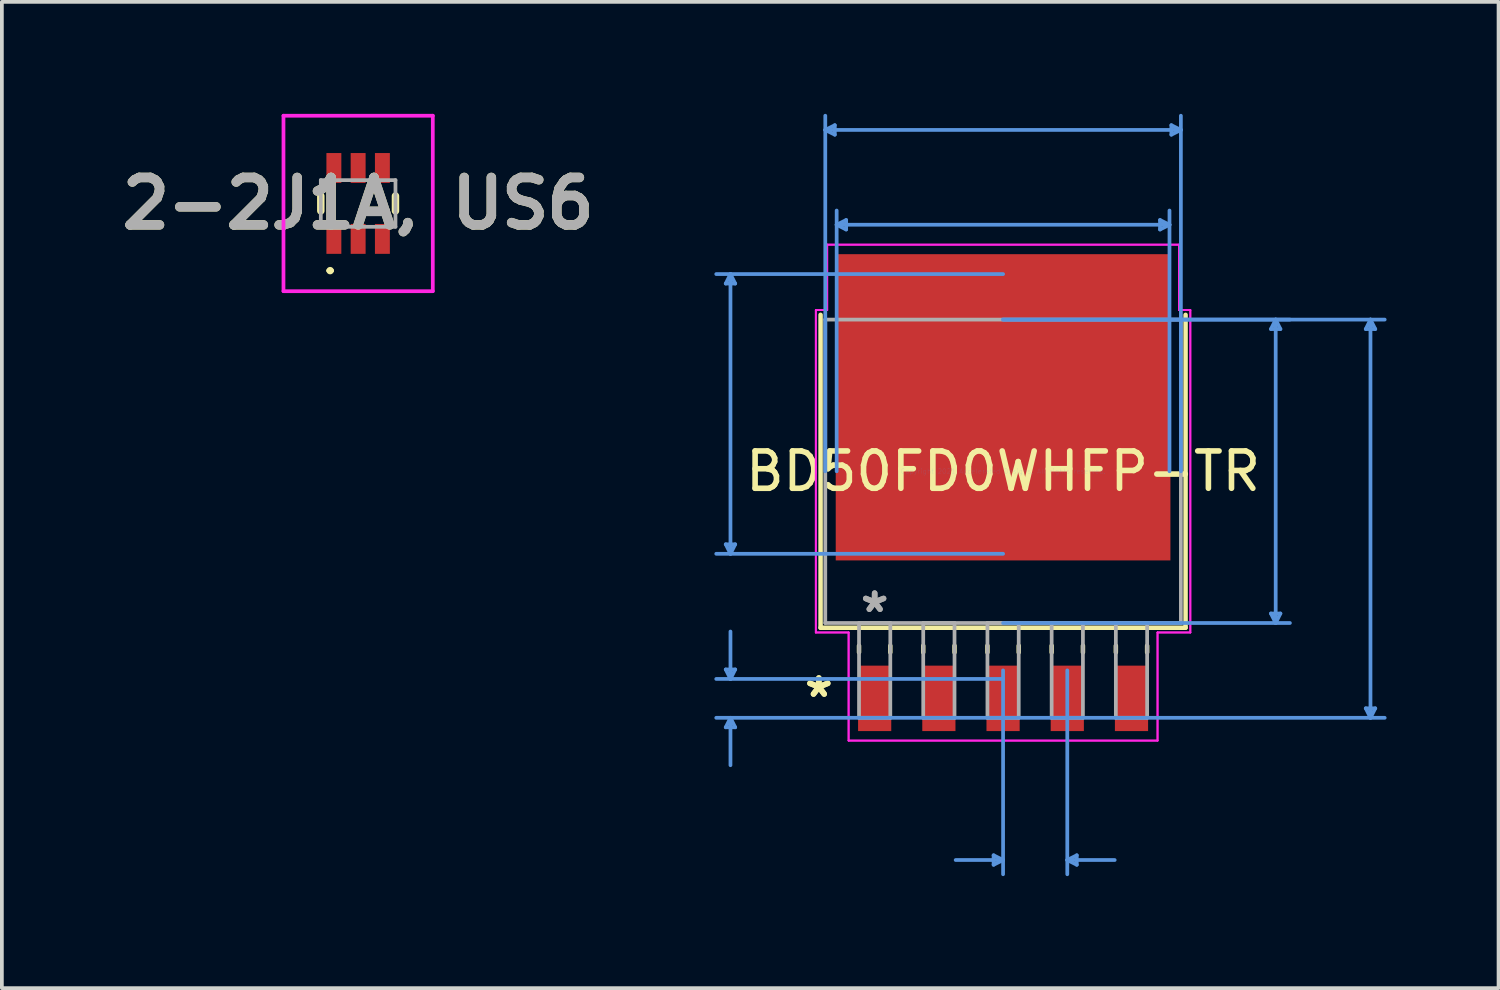
<source format=kicad_pcb>
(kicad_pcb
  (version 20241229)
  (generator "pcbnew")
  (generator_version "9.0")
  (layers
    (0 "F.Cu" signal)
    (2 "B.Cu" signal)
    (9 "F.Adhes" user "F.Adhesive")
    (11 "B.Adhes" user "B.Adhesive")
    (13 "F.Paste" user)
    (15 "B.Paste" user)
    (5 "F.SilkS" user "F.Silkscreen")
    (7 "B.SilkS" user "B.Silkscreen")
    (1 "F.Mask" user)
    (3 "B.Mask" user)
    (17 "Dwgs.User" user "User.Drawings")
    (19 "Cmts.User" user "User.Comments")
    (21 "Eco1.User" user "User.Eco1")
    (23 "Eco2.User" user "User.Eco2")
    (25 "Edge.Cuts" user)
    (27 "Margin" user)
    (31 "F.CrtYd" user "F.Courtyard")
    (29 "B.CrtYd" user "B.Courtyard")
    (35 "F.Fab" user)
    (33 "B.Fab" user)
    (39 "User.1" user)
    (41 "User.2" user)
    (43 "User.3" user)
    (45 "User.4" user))
  (footprint "2-2J1A, US6"
    (layer "F.Cu")
    (at 6.544 2.4)
    (property "Reference" "2-2J1A, US6" (at 0 0 0) (layer "F.SilkS") (effects (font (size 1.27 1.27) (thickness 0.254))))
    (attr smd)
    (fp_line (start -1 -0.2) (end -1 0.2) (stroke (width 0.2) (type solid)) (layer "F.SilkS"))
    (fp_line (start -0.8 1.8) (end -0.8 1.8) (stroke (width 0.1) (type solid)) (layer "F.SilkS"))
    (fp_line (start -0.7 1.8) (end -0.7 1.8) (stroke (width 0.1) (type solid)) (layer "F.SilkS"))
    (fp_line (start 1 -0.2) (end 1 0.2) (stroke (width 0.2) (type solid)) (layer "F.SilkS"))
    (fp_arc (start -0.8 1.8) (mid -0.75 1.75) (end -0.7 1.8) (stroke (width 0.1) (type solid)) (layer "F.SilkS"))
    (fp_arc (start -0.7 1.8) (mid -0.75 1.85) (end -0.8 1.8) (stroke (width 0.1) (type solid)) (layer "F.SilkS"))
    (fp_line (start -2 -2.35) (end 2 -2.35) (stroke (width 0.1) (type solid)) (layer "F.CrtYd"))
    (fp_line (start -2 2.35) (end -2 -2.35) (stroke (width 0.1) (type solid)) (layer "F.CrtYd"))
    (fp_line (start 2 -2.35) (end 2 2.35) (stroke (width 0.1) (type solid)) (layer "F.CrtYd"))
    (fp_line (start 2 2.35) (end -2 2.35) (stroke (width 0.1) (type solid)) (layer "F.CrtYd"))
    (fp_line (start -1 -0.625) (end 1 -0.625) (stroke (width 0.1) (type solid)) (layer "F.Fab"))
    (fp_line (start -1 0.625) (end -1 -0.625) (stroke (width 0.1) (type solid)) (layer "F.Fab"))
    (fp_line (start 1 -0.625) (end 1 0.625) (stroke (width 0.1) (type solid)) (layer "F.Fab"))
    (fp_line (start 1 0.625) (end -1 0.625) (stroke (width 0.1) (type solid)) (layer "F.Fab"))
    (fp_text user "${REFERENCE}" (at 0 0 0) (layer "F.Fab") (effects (font (size 1.27 1.27) (thickness 0.254))))
    (pad "1" smd rect (at -0.65 0.95) (size 0.4 0.8) (layers "F.Cu" "F.Mask" "F.Paste"))
    (pad "2" smd rect (at 0 0.95) (size 0.4 0.8) (layers "F.Cu" "F.Mask" "F.Paste"))
    (pad "3" smd rect (at 0.65 0.95) (size 0.4 0.8) (layers "F.Cu" "F.Mask" "F.Paste"))
    (pad "4" smd rect (at 0.65 -0.95) (size 0.4 0.8) (layers "F.Cu" "F.Mask" "F.Paste"))
    (pad "5" smd rect (at 0 -0.95) (size 0.4 0.8) (layers "F.Cu" "F.Mask" "F.Paste"))
    (pad "6" smd rect (at -0.65 -0.95) (size 0.4 0.8) (layers "F.Cu" "F.Mask" "F.Paste")))
  (footprint "BD50FD0WHFP-TR"
    (layer "F.Cu")
    (at 23.821 9.575)
    (property "Reference" "BD50FD0WHFP-TR" (at 0 0 0) (layer "F.SilkS") (effects (font (size 1 1) (thickness 0.15))))
    (attr through_hole)
    (fp_line (start -4.889 -4.191) (end -4.889 4.191) (stroke (width 0.12) (type solid)) (layer "F.SilkS"))
    (fp_line (start -4.889 4.191) (end 4.889 4.191) (stroke (width 0.12) (type solid)) (layer "F.SilkS"))
    (fp_line (start -3.859 4.674) (end -3.859 4.851) (stroke (width 0.12) (type solid)) (layer "F.SilkS"))
    (fp_line (start -3.021 4.674) (end -3.021 4.851) (stroke (width 0.12) (type solid)) (layer "F.SilkS"))
    (fp_line (start -2.139 4.674) (end -2.139 4.851) (stroke (width 0.12) (type solid)) (layer "F.SilkS"))
    (fp_line (start -1.301 4.674) (end -1.301 4.851) (stroke (width 0.12) (type solid)) (layer "F.SilkS"))
    (fp_line (start -0.419 4.674) (end -0.419 4.851) (stroke (width 0.12) (type solid)) (layer "F.SilkS"))
    (fp_line (start 0.419 4.674) (end 0.419 4.851) (stroke (width 0.12) (type solid)) (layer "F.SilkS"))
    (fp_line (start 1.301 4.674) (end 1.301 4.851) (stroke (width 0.12) (type solid)) (layer "F.SilkS"))
    (fp_line (start 2.139 4.674) (end 2.139 4.851) (stroke (width 0.12) (type solid)) (layer "F.SilkS"))
    (fp_line (start 3.021 4.674) (end 3.021 4.851) (stroke (width 0.12) (type solid)) (layer "F.SilkS"))
    (fp_line (start 3.859 4.674) (end 3.859 4.851) (stroke (width 0.12) (type solid)) (layer "F.SilkS"))
    (fp_line (start 4.889 4.191) (end 4.889 -4.191) (stroke (width 0.12) (type solid)) (layer "F.SilkS"))
    (fp_line (start -7.429 -5.029) (end -7.176 -5.029) (stroke (width 0.1) (type solid)) (layer "Cmts.User"))
    (fp_line (start -7.429 1.956) (end -7.176 1.956) (stroke (width 0.1) (type solid)) (layer "Cmts.User"))
    (fp_line (start -7.429 5.309) (end -7.176 5.309) (stroke (width 0.1) (type solid)) (layer "Cmts.User"))
    (fp_line (start -7.429 6.858) (end -7.176 6.858) (stroke (width 0.1) (type solid)) (layer "Cmts.User"))
    (fp_line (start -7.303 -5.283) (end -7.429 -5.029) (stroke (width 0.1) (type solid)) (layer "Cmts.User"))
    (fp_line (start -7.303 -5.283) (end -7.303 2.21) (stroke (width 0.1) (type solid)) (layer "Cmts.User"))
    (fp_line (start -7.303 -5.283) (end -7.176 -5.029) (stroke (width 0.1) (type solid)) (layer "Cmts.User"))
    (fp_line (start -7.303 2.21) (end -7.429 1.956) (stroke (width 0.1) (type solid)) (layer "Cmts.User"))
    (fp_line (start -7.303 2.21) (end -7.176 1.956) (stroke (width 0.1) (type solid)) (layer "Cmts.User"))
    (fp_line (start -7.303 5.563) (end -7.429 5.309) (stroke (width 0.1) (type solid)) (layer "Cmts.User"))
    (fp_line (start -7.303 5.563) (end -7.303 4.293) (stroke (width 0.1) (type solid)) (layer "Cmts.User"))
    (fp_line (start -7.303 5.563) (end -7.176 5.309) (stroke (width 0.1) (type solid)) (layer "Cmts.User"))
    (fp_line (start -7.303 6.604) (end -7.429 6.858) (stroke (width 0.1) (type solid)) (layer "Cmts.User"))
    (fp_line (start -7.303 6.604) (end -7.303 7.874) (stroke (width 0.1) (type solid)) (layer "Cmts.User"))
    (fp_line (start -7.303 6.604) (end -7.176 6.858) (stroke (width 0.1) (type solid)) (layer "Cmts.User"))
    (fp_line (start -4.763 -9.144) (end -4.508 -9.271) (stroke (width 0.1) (type solid)) (layer "Cmts.User"))
    (fp_line (start -4.763 -9.144) (end -4.508 -9.017) (stroke (width 0.1) (type solid)) (layer "Cmts.User"))
    (fp_line (start -4.763 -9.144) (end 4.763 -9.144) (stroke (width 0.1) (type solid)) (layer "Cmts.User"))
    (fp_line (start -4.763 0) (end -4.763 -9.525) (stroke (width 0.1) (type solid)) (layer "Cmts.User"))
    (fp_line (start -4.508 -9.271) (end -4.508 -9.017) (stroke (width 0.1) (type solid)) (layer "Cmts.User"))
    (fp_line (start -4.458 -6.604) (end -4.204 -6.731) (stroke (width 0.1) (type solid)) (layer "Cmts.User"))
    (fp_line (start -4.458 -6.604) (end -4.204 -6.477) (stroke (width 0.1) (type solid)) (layer "Cmts.User"))
    (fp_line (start -4.458 -6.604) (end 4.458 -6.604) (stroke (width 0.1) (type solid)) (layer "Cmts.User"))
    (fp_line (start -4.458 0) (end -4.458 -6.985) (stroke (width 0.1) (type solid)) (layer "Cmts.User"))
    (fp_line (start -4.204 -6.731) (end -4.204 -6.477) (stroke (width 0.1) (type solid)) (layer "Cmts.User"))
    (fp_line (start -0.254 10.287) (end -0.254 10.541) (stroke (width 0.1) (type solid)) (layer "Cmts.User"))
    (fp_line (start 0 -5.283) (end -7.684 -5.283) (stroke (width 0.1) (type solid)) (layer "Cmts.User"))
    (fp_line (start 0 -4.064) (end 7.684 -4.064) (stroke (width 0.1) (type solid)) (layer "Cmts.User"))
    (fp_line (start 0 -4.064) (end 10.223 -4.064) (stroke (width 0.1) (type solid)) (layer "Cmts.User"))
    (fp_line (start 0 2.21) (end -7.684 2.21) (stroke (width 0.1) (type solid)) (layer "Cmts.User"))
    (fp_line (start 0 4.064) (end 7.684 4.064) (stroke (width 0.1) (type solid)) (layer "Cmts.User"))
    (fp_line (start 0 5.334) (end 0 10.795) (stroke (width 0.1) (type solid)) (layer "Cmts.User"))
    (fp_line (start 0 5.563) (end -7.684 5.563) (stroke (width 0.1) (type solid)) (layer "Cmts.User"))
    (fp_line (start 0 6.604) (end -7.684 6.604) (stroke (width 0.1) (type solid)) (layer "Cmts.User"))
    (fp_line (start 0 6.604) (end 10.223 6.604) (stroke (width 0.1) (type solid)) (layer "Cmts.User"))
    (fp_line (start 0 10.414) (end -1.27 10.414) (stroke (width 0.1) (type solid)) (layer "Cmts.User"))
    (fp_line (start 0 10.414) (end -0.254 10.287) (stroke (width 0.1) (type solid)) (layer "Cmts.User"))
    (fp_line (start 0 10.414) (end -0.254 10.541) (stroke (width 0.1) (type solid)) (layer "Cmts.User"))
    (fp_line (start 1.72 5.334) (end 1.72 10.795) (stroke (width 0.1) (type solid)) (layer "Cmts.User"))
    (fp_line (start 1.72 10.414) (end 1.974 10.287) (stroke (width 0.1) (type solid)) (layer "Cmts.User"))
    (fp_line (start 1.72 10.414) (end 1.974 10.541) (stroke (width 0.1) (type solid)) (layer "Cmts.User"))
    (fp_line (start 1.72 10.414) (end 2.99 10.414) (stroke (width 0.1) (type solid)) (layer "Cmts.User"))
    (fp_line (start 1.974 10.287) (end 1.974 10.541) (stroke (width 0.1) (type solid)) (layer "Cmts.User"))
    (fp_line (start 4.204 -6.731) (end 4.204 -6.477) (stroke (width 0.1) (type solid)) (layer "Cmts.User"))
    (fp_line (start 4.458 -6.604) (end 4.204 -6.731) (stroke (width 0.1) (type solid)) (layer "Cmts.User"))
    (fp_line (start 4.458 -6.604) (end 4.204 -6.477) (stroke (width 0.1) (type solid)) (layer "Cmts.User"))
    (fp_line (start 4.458 0) (end 4.458 -6.985) (stroke (width 0.1) (type solid)) (layer "Cmts.User"))
    (fp_line (start 4.508 -9.271) (end 4.508 -9.017) (stroke (width 0.1) (type solid)) (layer "Cmts.User"))
    (fp_line (start 4.763 -9.144) (end 4.508 -9.271) (stroke (width 0.1) (type solid)) (layer "Cmts.User"))
    (fp_line (start 4.763 -9.144) (end 4.508 -9.017) (stroke (width 0.1) (type solid)) (layer "Cmts.User"))
    (fp_line (start 4.763 0) (end 4.763 -9.525) (stroke (width 0.1) (type solid)) (layer "Cmts.User"))
    (fp_line (start 7.176 -3.81) (end 7.429 -3.81) (stroke (width 0.1) (type solid)) (layer "Cmts.User"))
    (fp_line (start 7.176 3.81) (end 7.429 3.81) (stroke (width 0.1) (type solid)) (layer "Cmts.User"))
    (fp_line (start 7.303 -4.064) (end 7.176 -3.81) (stroke (width 0.1) (type solid)) (layer "Cmts.User"))
    (fp_line (start 7.303 -4.064) (end 7.303 4.064) (stroke (width 0.1) (type solid)) (layer "Cmts.User"))
    (fp_line (start 7.303 -4.064) (end 7.429 -3.81) (stroke (width 0.1) (type solid)) (layer "Cmts.User"))
    (fp_line (start 7.303 4.064) (end 7.176 3.81) (stroke (width 0.1) (type solid)) (layer "Cmts.User"))
    (fp_line (start 7.303 4.064) (end 7.429 3.81) (stroke (width 0.1) (type solid)) (layer "Cmts.User"))
    (fp_line (start 9.716 -3.81) (end 9.97 -3.81) (stroke (width 0.1) (type solid)) (layer "Cmts.User"))
    (fp_line (start 9.716 6.35) (end 9.97 6.35) (stroke (width 0.1) (type solid)) (layer "Cmts.User"))
    (fp_line (start 9.842 -4.064) (end 9.716 -3.81) (stroke (width 0.1) (type solid)) (layer "Cmts.User"))
    (fp_line (start 9.842 -4.064) (end 9.842 6.604) (stroke (width 0.1) (type solid)) (layer "Cmts.User"))
    (fp_line (start 9.842 -4.064) (end 9.97 -3.81) (stroke (width 0.1) (type solid)) (layer "Cmts.User"))
    (fp_line (start 9.842 6.604) (end 9.716 6.35) (stroke (width 0.1) (type solid)) (layer "Cmts.User"))
    (fp_line (start 9.842 6.604) (end 9.97 6.35) (stroke (width 0.1) (type solid)) (layer "Cmts.User"))
    (fp_line (start -5.016 -4.318) (end -4.712 -4.318) (stroke (width 0.05) (type solid)) (layer "F.CrtYd"))
    (fp_line (start -5.016 -4.318) (end -4.712 -4.318) (stroke (width 0.05) (type solid)) (layer "F.CrtYd"))
    (fp_line (start -5.016 4.318) (end -5.016 -4.318) (stroke (width 0.05) (type solid)) (layer "F.CrtYd"))
    (fp_line (start -5.016 4.318) (end -5.016 -4.318) (stroke (width 0.05) (type solid)) (layer "F.CrtYd"))
    (fp_line (start -4.712 -6.071) (end 4.712 -6.071) (stroke (width 0.05) (type solid)) (layer "F.CrtYd"))
    (fp_line (start -4.712 -6.071) (end 4.712 -6.071) (stroke (width 0.05) (type solid)) (layer "F.CrtYd"))
    (fp_line (start -4.712 -4.318) (end -4.712 -6.071) (stroke (width 0.05) (type solid)) (layer "F.CrtYd"))
    (fp_line (start -4.712 -4.318) (end -4.712 -6.071) (stroke (width 0.05) (type solid)) (layer "F.CrtYd"))
    (fp_line (start -4.138 4.318) (end -5.016 4.318) (stroke (width 0.05) (type solid)) (layer "F.CrtYd"))
    (fp_line (start -4.138 4.318) (end -5.016 4.318) (stroke (width 0.05) (type solid)) (layer "F.CrtYd"))
    (fp_line (start -4.138 7.214) (end -4.138 4.318) (stroke (width 0.05) (type solid)) (layer "F.CrtYd"))
    (fp_line (start -4.138 7.214) (end -4.138 4.318) (stroke (width 0.05) (type solid)) (layer "F.CrtYd"))
    (fp_line (start 4.138 4.318) (end 4.138 7.214) (stroke (width 0.05) (type solid)) (layer "F.CrtYd"))
    (fp_line (start 4.138 4.318) (end 4.138 7.214) (stroke (width 0.05) (type solid)) (layer "F.CrtYd"))
    (fp_line (start 4.138 7.214) (end -4.138 7.214) (stroke (width 0.05) (type solid)) (layer "F.CrtYd"))
    (fp_line (start 4.138 7.214) (end -4.138 7.214) (stroke (width 0.05) (type solid)) (layer "F.CrtYd"))
    (fp_line (start 4.712 -6.071) (end 4.712 -4.318) (stroke (width 0.05) (type solid)) (layer "F.CrtYd"))
    (fp_line (start 4.712 -6.071) (end 4.712 -4.318) (stroke (width 0.05) (type solid)) (layer "F.CrtYd"))
    (fp_line (start 4.712 -4.318) (end 5.016 -4.318) (stroke (width 0.05) (type solid)) (layer "F.CrtYd"))
    (fp_line (start 4.712 -4.318) (end 5.016 -4.318) (stroke (width 0.05) (type solid)) (layer "F.CrtYd"))
    (fp_line (start 5.016 -4.318) (end 5.016 4.318) (stroke (width 0.05) (type solid)) (layer "F.CrtYd"))
    (fp_line (start 5.016 -4.318) (end 5.016 4.318) (stroke (width 0.05) (type solid)) (layer "F.CrtYd"))
    (fp_line (start 5.016 4.318) (end 4.138 4.318) (stroke (width 0.05) (type solid)) (layer "F.CrtYd"))
    (fp_line (start 5.016 4.318) (end 4.138 4.318) (stroke (width 0.05) (type solid)) (layer "F.CrtYd"))
    (fp_line (start -4.763 -4.064) (end -4.763 4.064) (stroke (width 0.1) (type solid)) (layer "F.Fab"))
    (fp_line (start -4.763 4.064) (end 4.763 4.064) (stroke (width 0.1) (type solid)) (layer "F.Fab"))
    (fp_line (start -3.859 4.064) (end -3.859 6.604) (stroke (width 0.1) (type solid)) (layer "F.Fab"))
    (fp_line (start -3.859 6.604) (end -3.021 6.604) (stroke (width 0.1) (type solid)) (layer "F.Fab"))
    (fp_line (start -3.021 4.064) (end -3.859 4.064) (stroke (width 0.1) (type solid)) (layer "F.Fab"))
    (fp_line (start -3.021 6.604) (end -3.021 4.064) (stroke (width 0.1) (type solid)) (layer "F.Fab"))
    (fp_line (start -2.139 4.064) (end -2.139 6.604) (stroke (width 0.1) (type solid)) (layer "F.Fab"))
    (fp_line (start -2.139 6.604) (end -1.301 6.604) (stroke (width 0.1) (type solid)) (layer "F.Fab"))
    (fp_line (start -1.301 4.064) (end -2.139 4.064) (stroke (width 0.1) (type solid)) (layer "F.Fab"))
    (fp_line (start -1.301 6.604) (end -1.301 4.064) (stroke (width 0.1) (type solid)) (layer "F.Fab"))
    (fp_line (start -0.419 4.064) (end -0.419 6.604) (stroke (width 0.1) (type solid)) (layer "F.Fab"))
    (fp_line (start -0.419 6.604) (end 0.419 6.604) (stroke (width 0.1) (type solid)) (layer "F.Fab"))
    (fp_line (start 0.419 4.064) (end -0.419 4.064) (stroke (width 0.1) (type solid)) (layer "F.Fab"))
    (fp_line (start 0.419 6.604) (end 0.419 4.064) (stroke (width 0.1) (type solid)) (layer "F.Fab"))
    (fp_line (start 1.301 4.064) (end 1.301 6.604) (stroke (width 0.1) (type solid)) (layer "F.Fab"))
    (fp_line (start 1.301 6.604) (end 2.139 6.604) (stroke (width 0.1) (type solid)) (layer "F.Fab"))
    (fp_line (start 2.139 4.064) (end 1.301 4.064) (stroke (width 0.1) (type solid)) (layer "F.Fab"))
    (fp_line (start 2.139 6.604) (end 2.139 4.064) (stroke (width 0.1) (type solid)) (layer "F.Fab"))
    (fp_line (start 3.021 4.064) (end 3.021 6.604) (stroke (width 0.1) (type solid)) (layer "F.Fab"))
    (fp_line (start 3.021 6.604) (end 3.859 6.604) (stroke (width 0.1) (type solid)) (layer "F.Fab"))
    (fp_line (start 3.859 4.064) (end 3.021 4.064) (stroke (width 0.1) (type solid)) (layer "F.Fab"))
    (fp_line (start 3.859 6.604) (end 3.859 4.064) (stroke (width 0.1) (type solid)) (layer "F.Fab"))
    (fp_line (start 4.763 -4.064) (end -4.763 -4.064) (stroke (width 0.1) (type solid)) (layer "F.Fab"))
    (fp_line (start 4.763 4.064) (end 4.763 -4.064) (stroke (width 0.1) (type solid)) (layer "F.Fab"))
    (fp_text user "*" (at -4.935 6.083 0) (layer "F.SilkS") (effects (font (size 1 1) (thickness 0.15))))
    (fp_text user "*" (at -4.935 6.083 0) (layer "F.SilkS") (effects (font (size 1 1) (thickness 0.15))))
    (fp_text user "Copyright 2021 Accelerated Designs. All rights reserved." (at 0 0 0) (layer "Cmts.User") (effects (font (size 0.127 0.127) (thickness 0.002))))
    (fp_text user "*" (at -3.44 3.81 0) (layer "F.Fab") (effects (font (size 1 1) (thickness 0.15))))
    (fp_text user "*" (at -3.44 3.81 0) (layer "F.Fab") (effects (font (size 1 1) (thickness 0.15))))
    (pad "1" smd rect (at -3.44 6.083) (size 0.889 1.753) (layers "F.Cu" "F.Mask" "F.Paste"))
    (pad "2" smd rect (at -1.72 6.083) (size 0.889 1.753) (layers "F.Cu" "F.Mask" "F.Paste"))
    (pad "3" smd rect (at 0 6.083) (size 0.889 1.753) (layers "F.Cu" "F.Mask" "F.Paste"))
    (pad "4" smd rect (at 1.72 6.083) (size 0.889 1.753) (layers "F.Cu" "F.Mask" "F.Paste"))
    (pad "5" smd rect (at 3.44 6.083) (size 0.889 1.753) (layers "F.Cu" "F.Mask" "F.Paste"))
    (pad "6" smd rect (at 0 -1.714) (size 8.966 8.204) (layers "F.Cu" "F.Mask" "F.Paste")))
  (gr_rect
    (start -3 -3)
    (end 37.094 23.42)
    (stroke (width 0.1) (type default))
    (fill no)
    (layer "Edge.Cuts")))
</source>
